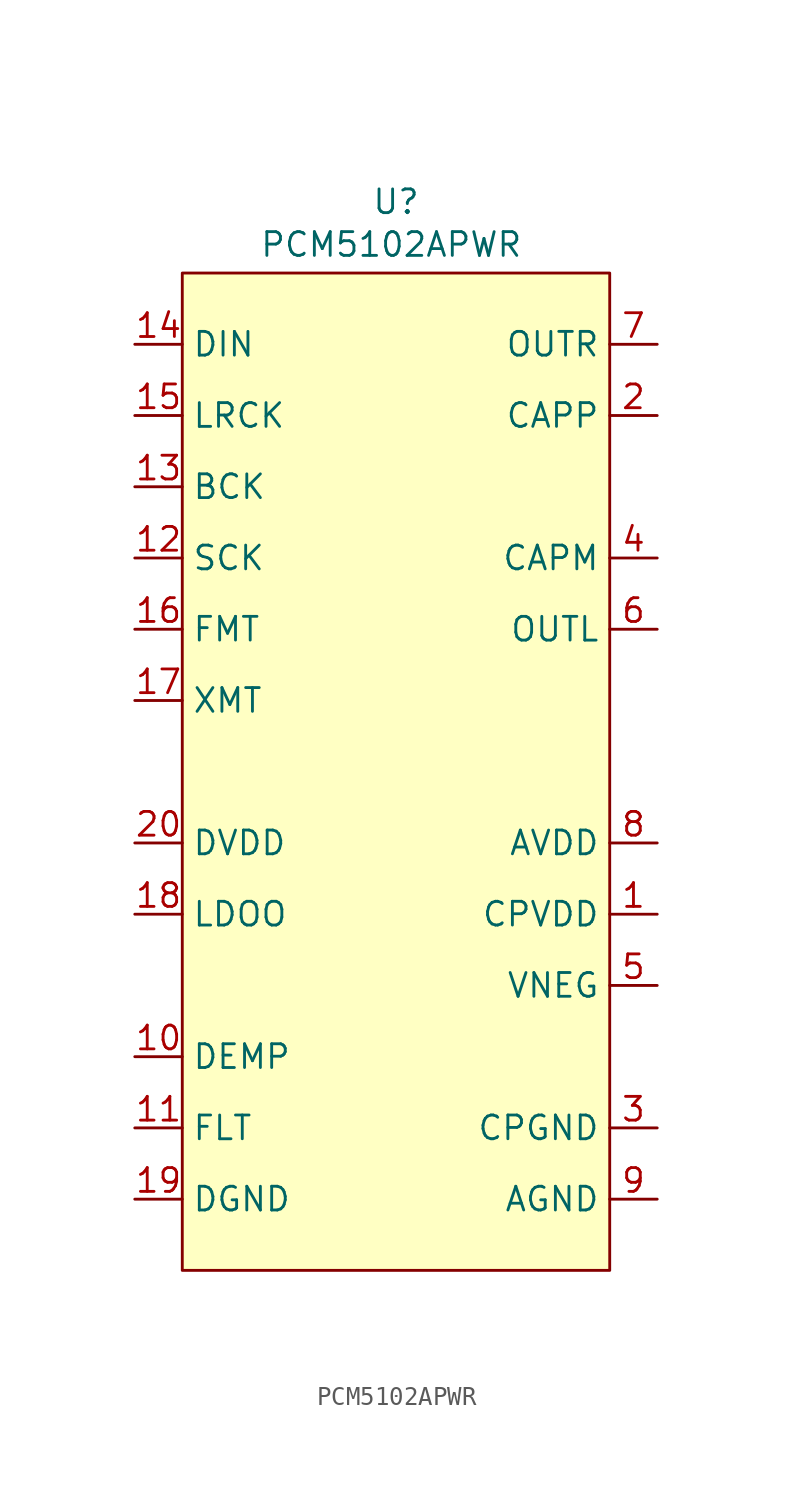
<source format=kicad_sym>
(kicad_symbol_lib
  (version 20241209)
  (generator "kicad_symbol_editor")
  (generator_version "9.0")
  (symbol "PCM5102APWR"
    (property "Reference" "U"
      (at 0 0 0)
      (effects (font (size 1.27 1.27))))
    (property "Value" "PCM5102APWR"
      (at -0.254 -2.286 0)
      (effects (font (size 1.27 1.27))))
    (symbol "PCM5102APWR_1_1"
      (rectangle (start -11.43 -3.81) (end 11.43 -57.15) (stroke (width 0) (type solid)) (fill (type color) (color 255 255 195 1)))
      (pin input line (at -13.97 -7.62 0) (length 2.54) (name "DIN" (effects (font (size 1.27 1.27)))) (number "14" (effects (font (size 1.27 1.27)))))
      (pin input line (at -13.97 -11.43 0) (length 2.54) (name "LRCK" (effects (font (size 1.27 1.27)))) (number "15" (effects (font (size 1.27 1.27)))))
      (pin input line (at -13.97 -15.24 0) (length 2.54) (name "BCK" (effects (font (size 1.27 1.27)))) (number "13" (effects (font (size 1.27 1.27)))))
      (pin input line (at -13.97 -19.05 0) (length 2.54) (name "SCK" (effects (font (size 1.27 1.27)))) (number "12" (effects (font (size 1.27 1.27)))))
      (pin input line (at -13.97 -22.86 0) (length 2.54) (name "FMT" (effects (font (size 1.27 1.27)))) (number "16" (effects (font (size 1.27 1.27)))))
      (pin input line (at -13.97 -26.67 0) (length 2.54) (name "XMT" (effects (font (size 1.27 1.27)))) (number "17" (effects (font (size 1.27 1.27)))))
      (pin input line (at -13.97 -34.29 0) (length 2.54) (name "DVDD" (effects (font (size 1.27 1.27)))) (number "20" (effects (font (size 1.27 1.27)))))
      (pin input line (at -13.97 -38.1 0) (length 2.54) (name "LDOO" (effects (font (size 1.27 1.27)))) (number "18" (effects (font (size 1.27 1.27)))))
      (pin input line (at -13.97 -45.72 0) (length 2.54) (name "DEMP" (effects (font (size 1.27 1.27)))) (number "10" (effects (font (size 1.27 1.27)))))
      (pin input line (at -13.97 -49.53 0) (length 2.54) (name "FLT" (effects (font (size 1.27 1.27)))) (number "11" (effects (font (size 1.27 1.27)))))
      (pin input line (at -13.97 -53.34 0) (length 2.54) (name "DGND" (effects (font (size 1.27 1.27)))) (number "19" (effects (font (size 1.27 1.27)))))
      (pin input line (at 13.97 -7.62 180) (length 2.54) (name "OUTR" (effects (font (size 1.27 1.27)))) (number "7" (effects (font (size 1.27 1.27)))))
      (pin input line (at 13.97 -11.43 180) (length 2.54) (name "CAPP" (effects (font (size 1.27 1.27)))) (number "2" (effects (font (size 1.27 1.27)))))
      (pin input line (at 13.97 -19.05 180) (length 2.54) (name "CAPM" (effects (font (size 1.27 1.27)))) (number "4" (effects (font (size 1.27 1.27)))))
      (pin input line (at 13.97 -22.86 180) (length 2.54) (name "OUTL" (effects (font (size 1.27 1.27)))) (number "6" (effects (font (size 1.27 1.27)))))
      (pin input line (at 13.97 -34.29 180) (length 2.54) (name "AVDD" (effects (font (size 1.27 1.27)))) (number "8" (effects (font (size 1.27 1.27)))))
      (pin input line (at 13.97 -38.1 180) (length 2.54) (name "CPVDD" (effects (font (size 1.27 1.27)))) (number "1" (effects (font (size 1.27 1.27)))))
      (pin input line (at 13.97 -41.91 180) (length 2.54) (name "VNEG" (effects (font (size 1.27 1.27)))) (number "5" (effects (font (size 1.27 1.27)))))
      (pin input line (at 13.97 -49.53 180) (length 2.54) (name "CPGND" (effects (font (size 1.27 1.27)))) (number "3" (effects (font (size 1.27 1.27)))))
      (pin input line (at 13.97 -53.34 180) (length 2.54) (name "AGND" (effects (font (size 1.27 1.27)))) (number "9" (effects (font (size 1.27 1.27))))))))
</source>
